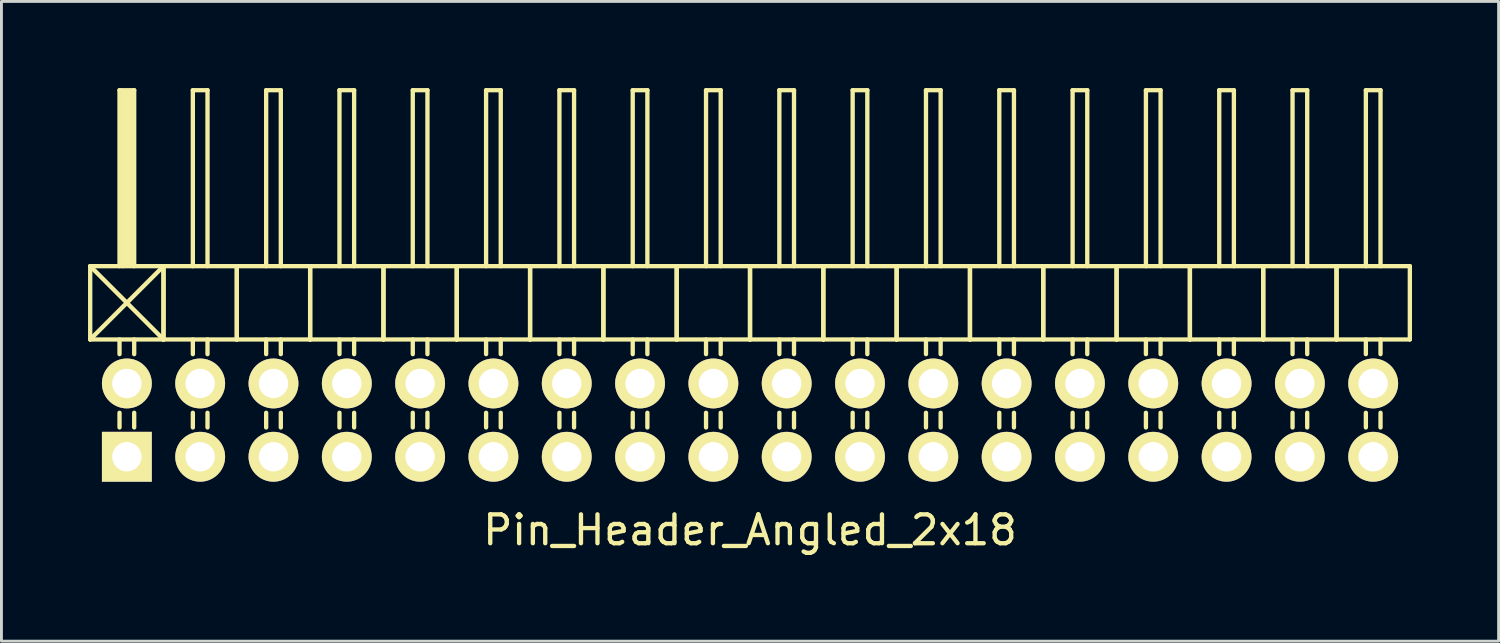
<source format=kicad_pcb>
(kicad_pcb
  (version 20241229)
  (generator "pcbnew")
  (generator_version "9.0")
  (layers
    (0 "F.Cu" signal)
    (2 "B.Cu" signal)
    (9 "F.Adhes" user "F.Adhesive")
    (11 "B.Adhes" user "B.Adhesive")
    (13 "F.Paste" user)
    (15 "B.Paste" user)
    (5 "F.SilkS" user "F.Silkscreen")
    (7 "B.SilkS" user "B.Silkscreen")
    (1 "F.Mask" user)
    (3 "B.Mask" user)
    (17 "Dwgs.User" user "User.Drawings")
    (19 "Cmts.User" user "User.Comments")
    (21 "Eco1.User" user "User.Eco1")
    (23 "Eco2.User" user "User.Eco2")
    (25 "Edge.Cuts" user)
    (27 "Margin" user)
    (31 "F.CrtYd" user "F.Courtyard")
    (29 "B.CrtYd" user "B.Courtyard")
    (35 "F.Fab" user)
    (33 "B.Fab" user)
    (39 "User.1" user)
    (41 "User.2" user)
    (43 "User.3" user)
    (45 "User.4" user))
  (footprint "Pin_Header_Angled_2x18"
    (layer "F.Cu")
    (at 22.935 11.505)
    (property "Reference" "Pin_Header_Angled_2x18" (at 0 3.81 0) (layer "F.SilkS") (effects (font (size 1 1) (thickness 0.15))))
    (attr through_hole)
    (fp_line (start -22.86 -5.334) (end -20.32 -2.794) (stroke (width 0.15) (type solid)) (layer "F.SilkS"))
    (fp_line (start -22.86 -2.794) (end -22.86 -5.334) (stroke (width 0.15) (type solid)) (layer "F.SilkS"))
    (fp_line (start -22.86 -2.794) (end -20.32 -5.334) (stroke (width 0.15) (type solid)) (layer "F.SilkS"))
    (fp_line (start -22.86 -2.794) (end -20.32 -2.794) (stroke (width 0.15) (type solid)) (layer "F.SilkS"))
    (fp_line (start -21.844 -11.43) (end -21.336 -11.43) (stroke (width 0.15) (type solid)) (layer "F.SilkS"))
    (fp_line (start -21.844 -5.334) (end -21.844 -11.43) (stroke (width 0.15) (type solid)) (layer "F.SilkS"))
    (fp_line (start -21.844 -2.794) (end -21.844 -2.286) (stroke (width 0.15) (type solid)) (layer "F.SilkS"))
    (fp_line (start -21.844 -0.254) (end -21.844 0.254) (stroke (width 0.15) (type solid)) (layer "F.SilkS"))
    (fp_line (start -21.717 -11.303) (end -21.463 -11.303) (stroke (width 0.15) (type solid)) (layer "F.SilkS"))
    (fp_line (start -21.717 -5.334) (end -21.717 -11.303) (stroke (width 0.15) (type solid)) (layer "F.SilkS"))
    (fp_line (start -21.59 -5.461) (end -21.59 -11.303) (stroke (width 0.15) (type solid)) (layer "F.SilkS"))
    (fp_line (start -21.463 -11.303) (end -21.463 -5.461) (stroke (width 0.15) (type solid)) (layer "F.SilkS"))
    (fp_line (start -21.463 -5.461) (end -21.59 -5.461) (stroke (width 0.15) (type solid)) (layer "F.SilkS"))
    (fp_line (start -21.336 -11.43) (end -21.336 -5.334) (stroke (width 0.15) (type solid)) (layer "F.SilkS"))
    (fp_line (start -21.336 -2.794) (end -21.336 -2.286) (stroke (width 0.15) (type solid)) (layer "F.SilkS"))
    (fp_line (start -21.336 -0.254) (end -21.336 0.254) (stroke (width 0.15) (type solid)) (layer "F.SilkS"))
    (fp_line (start -20.32 -5.334) (end -22.86 -5.334) (stroke (width 0.15) (type solid)) (layer "F.SilkS"))
    (fp_line (start -20.32 -2.794) (end -20.32 -5.334) (stroke (width 0.15) (type solid)) (layer "F.SilkS"))
    (fp_line (start -20.32 -2.794) (end -20.32 -5.334) (stroke (width 0.15) (type solid)) (layer "F.SilkS"))
    (fp_line (start -20.32 -2.794) (end -17.78 -2.794) (stroke (width 0.15) (type solid)) (layer "F.SilkS"))
    (fp_line (start -19.304 -11.43) (end -18.796 -11.43) (stroke (width 0.15) (type solid)) (layer "F.SilkS"))
    (fp_line (start -19.304 -5.334) (end -19.304 -11.43) (stroke (width 0.15) (type solid)) (layer "F.SilkS"))
    (fp_line (start -19.304 -2.794) (end -19.304 -2.286) (stroke (width 0.15) (type solid)) (layer "F.SilkS"))
    (fp_line (start -19.304 -0.254) (end -19.304 0.254) (stroke (width 0.15) (type solid)) (layer "F.SilkS"))
    (fp_line (start -18.796 -11.43) (end -18.796 -5.334) (stroke (width 0.15) (type solid)) (layer "F.SilkS"))
    (fp_line (start -18.796 -2.794) (end -18.796 -2.286) (stroke (width 0.15) (type solid)) (layer "F.SilkS"))
    (fp_line (start -18.796 -0.254) (end -18.796 0.254) (stroke (width 0.15) (type solid)) (layer "F.SilkS"))
    (fp_line (start -17.78 -5.334) (end -20.32 -5.334) (stroke (width 0.15) (type solid)) (layer "F.SilkS"))
    (fp_line (start -17.78 -2.794) (end -17.78 -5.334) (stroke (width 0.15) (type solid)) (layer "F.SilkS"))
    (fp_line (start -17.78 -2.794) (end -17.78 -5.334) (stroke (width 0.15) (type solid)) (layer "F.SilkS"))
    (fp_line (start -17.78 -2.794) (end -15.24 -2.794) (stroke (width 0.15) (type solid)) (layer "F.SilkS"))
    (fp_line (start -16.764 -11.43) (end -16.256 -11.43) (stroke (width 0.15) (type solid)) (layer "F.SilkS"))
    (fp_line (start -16.764 -5.334) (end -16.764 -11.43) (stroke (width 0.15) (type solid)) (layer "F.SilkS"))
    (fp_line (start -16.764 -2.794) (end -16.764 -2.286) (stroke (width 0.15) (type solid)) (layer "F.SilkS"))
    (fp_line (start -16.764 -0.254) (end -16.764 0.254) (stroke (width 0.15) (type solid)) (layer "F.SilkS"))
    (fp_line (start -16.256 -11.43) (end -16.256 -5.334) (stroke (width 0.15) (type solid)) (layer "F.SilkS"))
    (fp_line (start -16.256 -2.794) (end -16.256 -2.286) (stroke (width 0.15) (type solid)) (layer "F.SilkS"))
    (fp_line (start -16.256 -0.254) (end -16.256 0.254) (stroke (width 0.15) (type solid)) (layer "F.SilkS"))
    (fp_line (start -15.24 -5.334) (end -17.78 -5.334) (stroke (width 0.15) (type solid)) (layer "F.SilkS"))
    (fp_line (start -15.24 -2.794) (end -15.24 -5.334) (stroke (width 0.15) (type solid)) (layer "F.SilkS"))
    (fp_line (start -15.24 -2.794) (end -15.24 -5.334) (stroke (width 0.15) (type solid)) (layer "F.SilkS"))
    (fp_line (start -15.24 -2.794) (end -12.7 -2.794) (stroke (width 0.15) (type solid)) (layer "F.SilkS"))
    (fp_line (start -14.224 -11.43) (end -13.716 -11.43) (stroke (width 0.15) (type solid)) (layer "F.SilkS"))
    (fp_line (start -14.224 -5.334) (end -14.224 -11.43) (stroke (width 0.15) (type solid)) (layer "F.SilkS"))
    (fp_line (start -14.224 -2.794) (end -14.224 -2.286) (stroke (width 0.15) (type solid)) (layer "F.SilkS"))
    (fp_line (start -14.224 -0.254) (end -14.224 0.254) (stroke (width 0.15) (type solid)) (layer "F.SilkS"))
    (fp_line (start -13.716 -11.43) (end -13.716 -5.334) (stroke (width 0.15) (type solid)) (layer "F.SilkS"))
    (fp_line (start -13.716 -2.794) (end -13.716 -2.286) (stroke (width 0.15) (type solid)) (layer "F.SilkS"))
    (fp_line (start -13.716 -0.254) (end -13.716 0.254) (stroke (width 0.15) (type solid)) (layer "F.SilkS"))
    (fp_line (start -12.7 -5.334) (end -15.24 -5.334) (stroke (width 0.15) (type solid)) (layer "F.SilkS"))
    (fp_line (start -12.7 -2.794) (end -12.7 -5.334) (stroke (width 0.15) (type solid)) (layer "F.SilkS"))
    (fp_line (start -12.7 -2.794) (end -12.7 -5.334) (stroke (width 0.15) (type solid)) (layer "F.SilkS"))
    (fp_line (start -12.7 -2.794) (end -10.16 -2.794) (stroke (width 0.15) (type solid)) (layer "F.SilkS"))
    (fp_line (start -11.684 -11.43) (end -11.176 -11.43) (stroke (width 0.15) (type solid)) (layer "F.SilkS"))
    (fp_line (start -11.684 -5.334) (end -11.684 -11.43) (stroke (width 0.15) (type solid)) (layer "F.SilkS"))
    (fp_line (start -11.684 -2.794) (end -11.684 -2.286) (stroke (width 0.15) (type solid)) (layer "F.SilkS"))
    (fp_line (start -11.684 -0.254) (end -11.684 0.254) (stroke (width 0.15) (type solid)) (layer "F.SilkS"))
    (fp_line (start -11.176 -11.43) (end -11.176 -5.334) (stroke (width 0.15) (type solid)) (layer "F.SilkS"))
    (fp_line (start -11.176 -2.794) (end -11.176 -2.286) (stroke (width 0.15) (type solid)) (layer "F.SilkS"))
    (fp_line (start -11.176 -0.254) (end -11.176 0.254) (stroke (width 0.15) (type solid)) (layer "F.SilkS"))
    (fp_line (start -10.16 -5.334) (end -12.7 -5.334) (stroke (width 0.15) (type solid)) (layer "F.SilkS"))
    (fp_line (start -10.16 -2.794) (end -10.16 -5.334) (stroke (width 0.15) (type solid)) (layer "F.SilkS"))
    (fp_line (start -10.16 -2.794) (end -10.16 -5.334) (stroke (width 0.15) (type solid)) (layer "F.SilkS"))
    (fp_line (start -10.16 -2.794) (end -7.62 -2.794) (stroke (width 0.15) (type solid)) (layer "F.SilkS"))
    (fp_line (start -9.144 -11.43) (end -8.636 -11.43) (stroke (width 0.15) (type solid)) (layer "F.SilkS"))
    (fp_line (start -9.144 -5.334) (end -9.144 -11.43) (stroke (width 0.15) (type solid)) (layer "F.SilkS"))
    (fp_line (start -9.144 -2.794) (end -9.144 -2.286) (stroke (width 0.15) (type solid)) (layer "F.SilkS"))
    (fp_line (start -9.144 -0.254) (end -9.144 0.254) (stroke (width 0.15) (type solid)) (layer "F.SilkS"))
    (fp_line (start -8.636 -11.43) (end -8.636 -5.334) (stroke (width 0.15) (type solid)) (layer "F.SilkS"))
    (fp_line (start -8.636 -2.794) (end -8.636 -2.286) (stroke (width 0.15) (type solid)) (layer "F.SilkS"))
    (fp_line (start -8.636 -0.254) (end -8.636 0.254) (stroke (width 0.15) (type solid)) (layer "F.SilkS"))
    (fp_line (start -7.62 -5.334) (end -10.16 -5.334) (stroke (width 0.15) (type solid)) (layer "F.SilkS"))
    (fp_line (start -7.62 -2.794) (end -7.62 -5.334) (stroke (width 0.15) (type solid)) (layer "F.SilkS"))
    (fp_line (start -7.62 -2.794) (end -7.62 -5.334) (stroke (width 0.15) (type solid)) (layer "F.SilkS"))
    (fp_line (start -7.62 -2.794) (end -5.08 -2.794) (stroke (width 0.15) (type solid)) (layer "F.SilkS"))
    (fp_line (start -6.604 -11.43) (end -6.096 -11.43) (stroke (width 0.15) (type solid)) (layer "F.SilkS"))
    (fp_line (start -6.604 -5.334) (end -6.604 -11.43) (stroke (width 0.15) (type solid)) (layer "F.SilkS"))
    (fp_line (start -6.604 -2.794) (end -6.604 -2.286) (stroke (width 0.15) (type solid)) (layer "F.SilkS"))
    (fp_line (start -6.604 -0.254) (end -6.604 0.254) (stroke (width 0.15) (type solid)) (layer "F.SilkS"))
    (fp_line (start -6.096 -11.43) (end -6.096 -5.334) (stroke (width 0.15) (type solid)) (layer "F.SilkS"))
    (fp_line (start -6.096 -2.794) (end -6.096 -2.286) (stroke (width 0.15) (type solid)) (layer "F.SilkS"))
    (fp_line (start -6.096 -0.254) (end -6.096 0.254) (stroke (width 0.15) (type solid)) (layer "F.SilkS"))
    (fp_line (start -5.08 -5.334) (end -7.62 -5.334) (stroke (width 0.15) (type solid)) (layer "F.SilkS"))
    (fp_line (start -5.08 -2.794) (end -5.08 -5.334) (stroke (width 0.15) (type solid)) (layer "F.SilkS"))
    (fp_line (start -5.08 -2.794) (end -5.08 -5.334) (stroke (width 0.15) (type solid)) (layer "F.SilkS"))
    (fp_line (start -5.08 -2.794) (end -2.54 -2.794) (stroke (width 0.15) (type solid)) (layer "F.SilkS"))
    (fp_line (start -4.064 -11.43) (end -3.556 -11.43) (stroke (width 0.15) (type solid)) (layer "F.SilkS"))
    (fp_line (start -4.064 -5.334) (end -4.064 -11.43) (stroke (width 0.15) (type solid)) (layer "F.SilkS"))
    (fp_line (start -4.064 -2.794) (end -4.064 -2.286) (stroke (width 0.15) (type solid)) (layer "F.SilkS"))
    (fp_line (start -4.064 -0.254) (end -4.064 0.254) (stroke (width 0.15) (type solid)) (layer "F.SilkS"))
    (fp_line (start -3.556 -11.43) (end -3.556 -5.334) (stroke (width 0.15) (type solid)) (layer "F.SilkS"))
    (fp_line (start -3.556 -2.794) (end -3.556 -2.286) (stroke (width 0.15) (type solid)) (layer "F.SilkS"))
    (fp_line (start -3.556 -0.254) (end -3.556 0.254) (stroke (width 0.15) (type solid)) (layer "F.SilkS"))
    (fp_line (start -2.54 -5.334) (end -5.08 -5.334) (stroke (width 0.15) (type solid)) (layer "F.SilkS"))
    (fp_line (start -2.54 -2.794) (end -2.54 -5.334) (stroke (width 0.15) (type solid)) (layer "F.SilkS"))
    (fp_line (start -2.54 -2.794) (end -2.54 -5.334) (stroke (width 0.15) (type solid)) (layer "F.SilkS"))
    (fp_line (start -2.54 -2.794) (end 0 -2.794) (stroke (width 0.15) (type solid)) (layer "F.SilkS"))
    (fp_line (start -1.524 -11.43) (end -1.016 -11.43) (stroke (width 0.15) (type solid)) (layer "F.SilkS"))
    (fp_line (start -1.524 -5.334) (end -1.524 -11.43) (stroke (width 0.15) (type solid)) (layer "F.SilkS"))
    (fp_line (start -1.524 -2.794) (end -1.524 -2.286) (stroke (width 0.15) (type solid)) (layer "F.SilkS"))
    (fp_line (start -1.524 -0.254) (end -1.524 0.254) (stroke (width 0.15) (type solid)) (layer "F.SilkS"))
    (fp_line (start -1.016 -11.43) (end -1.016 -5.334) (stroke (width 0.15) (type solid)) (layer "F.SilkS"))
    (fp_line (start -1.016 -2.794) (end -1.016 -2.286) (stroke (width 0.15) (type solid)) (layer "F.SilkS"))
    (fp_line (start -1.016 -0.254) (end -1.016 0.254) (stroke (width 0.15) (type solid)) (layer "F.SilkS"))
    (fp_line (start 0 -5.334) (end -2.54 -5.334) (stroke (width 0.15) (type solid)) (layer "F.SilkS"))
    (fp_line (start 0 -2.794) (end 0 -5.334) (stroke (width 0.15) (type solid)) (layer "F.SilkS"))
    (fp_line (start 0 -2.794) (end 0 -5.334) (stroke (width 0.15) (type solid)) (layer "F.SilkS"))
    (fp_line (start 0 -2.794) (end 2.54 -2.794) (stroke (width 0.15) (type solid)) (layer "F.SilkS"))
    (fp_line (start 1.016 -11.43) (end 1.524 -11.43) (stroke (width 0.15) (type solid)) (layer "F.SilkS"))
    (fp_line (start 1.016 -5.334) (end 1.016 -11.43) (stroke (width 0.15) (type solid)) (layer "F.SilkS"))
    (fp_line (start 1.016 -2.794) (end 1.016 -2.286) (stroke (width 0.15) (type solid)) (layer "F.SilkS"))
    (fp_line (start 1.016 -0.254) (end 1.016 0.254) (stroke (width 0.15) (type solid)) (layer "F.SilkS"))
    (fp_line (start 1.524 -11.43) (end 1.524 -5.334) (stroke (width 0.15) (type solid)) (layer "F.SilkS"))
    (fp_line (start 1.524 -2.794) (end 1.524 -2.286) (stroke (width 0.15) (type solid)) (layer "F.SilkS"))
    (fp_line (start 1.524 -0.254) (end 1.524 0.254) (stroke (width 0.15) (type solid)) (layer "F.SilkS"))
    (fp_line (start 2.54 -5.334) (end 0 -5.334) (stroke (width 0.15) (type solid)) (layer "F.SilkS"))
    (fp_line (start 2.54 -2.794) (end 2.54 -5.334) (stroke (width 0.15) (type solid)) (layer "F.SilkS"))
    (fp_line (start 2.54 -2.794) (end 2.54 -5.334) (stroke (width 0.15) (type solid)) (layer "F.SilkS"))
    (fp_line (start 2.54 -2.794) (end 5.08 -2.794) (stroke (width 0.15) (type solid)) (layer "F.SilkS"))
    (fp_line (start 3.556 -11.43) (end 4.064 -11.43) (stroke (width 0.15) (type solid)) (layer "F.SilkS"))
    (fp_line (start 3.556 -5.334) (end 3.556 -11.43) (stroke (width 0.15) (type solid)) (layer "F.SilkS"))
    (fp_line (start 3.556 -2.794) (end 3.556 -2.286) (stroke (width 0.15) (type solid)) (layer "F.SilkS"))
    (fp_line (start 3.556 -0.254) (end 3.556 0.254) (stroke (width 0.15) (type solid)) (layer "F.SilkS"))
    (fp_line (start 4.064 -11.43) (end 4.064 -5.334) (stroke (width 0.15) (type solid)) (layer "F.SilkS"))
    (fp_line (start 4.064 -2.794) (end 4.064 -2.286) (stroke (width 0.15) (type solid)) (layer "F.SilkS"))
    (fp_line (start 4.064 -0.254) (end 4.064 0.254) (stroke (width 0.15) (type solid)) (layer "F.SilkS"))
    (fp_line (start 5.08 -5.334) (end 2.54 -5.334) (stroke (width 0.15) (type solid)) (layer "F.SilkS"))
    (fp_line (start 5.08 -2.794) (end 5.08 -5.334) (stroke (width 0.15) (type solid)) (layer "F.SilkS"))
    (fp_line (start 5.08 -2.794) (end 5.08 -5.334) (stroke (width 0.15) (type solid)) (layer "F.SilkS"))
    (fp_line (start 5.08 -2.794) (end 7.62 -2.794) (stroke (width 0.15) (type solid)) (layer "F.SilkS"))
    (fp_line (start 6.096 -11.43) (end 6.604 -11.43) (stroke (width 0.15) (type solid)) (layer "F.SilkS"))
    (fp_line (start 6.096 -5.334) (end 6.096 -11.43) (stroke (width 0.15) (type solid)) (layer "F.SilkS"))
    (fp_line (start 6.096 -2.794) (end 6.096 -2.286) (stroke (width 0.15) (type solid)) (layer "F.SilkS"))
    (fp_line (start 6.096 -0.254) (end 6.096 0.254) (stroke (width 0.15) (type solid)) (layer "F.SilkS"))
    (fp_line (start 6.604 -11.43) (end 6.604 -5.334) (stroke (width 0.15) (type solid)) (layer "F.SilkS"))
    (fp_line (start 6.604 -2.794) (end 6.604 -2.286) (stroke (width 0.15) (type solid)) (layer "F.SilkS"))
    (fp_line (start 6.604 -0.254) (end 6.604 0.254) (stroke (width 0.15) (type solid)) (layer "F.SilkS"))
    (fp_line (start 7.62 -5.334) (end 5.08 -5.334) (stroke (width 0.15) (type solid)) (layer "F.SilkS"))
    (fp_line (start 7.62 -2.794) (end 7.62 -5.334) (stroke (width 0.15) (type solid)) (layer "F.SilkS"))
    (fp_line (start 7.62 -2.794) (end 7.62 -5.334) (stroke (width 0.15) (type solid)) (layer "F.SilkS"))
    (fp_line (start 7.62 -2.794) (end 10.16 -2.794) (stroke (width 0.15) (type solid)) (layer "F.SilkS"))
    (fp_line (start 8.636 -11.43) (end 9.144 -11.43) (stroke (width 0.15) (type solid)) (layer "F.SilkS"))
    (fp_line (start 8.636 -5.334) (end 8.636 -11.43) (stroke (width 0.15) (type solid)) (layer "F.SilkS"))
    (fp_line (start 8.636 -2.794) (end 8.636 -2.286) (stroke (width 0.15) (type solid)) (layer "F.SilkS"))
    (fp_line (start 8.636 -0.254) (end 8.636 0.254) (stroke (width 0.15) (type solid)) (layer "F.SilkS"))
    (fp_line (start 9.144 -11.43) (end 9.144 -5.334) (stroke (width 0.15) (type solid)) (layer "F.SilkS"))
    (fp_line (start 9.144 -2.794) (end 9.144 -2.286) (stroke (width 0.15) (type solid)) (layer "F.SilkS"))
    (fp_line (start 9.144 -0.254) (end 9.144 0.254) (stroke (width 0.15) (type solid)) (layer "F.SilkS"))
    (fp_line (start 10.16 -5.334) (end 7.62 -5.334) (stroke (width 0.15) (type solid)) (layer "F.SilkS"))
    (fp_line (start 10.16 -2.794) (end 10.16 -5.334) (stroke (width 0.15) (type solid)) (layer "F.SilkS"))
    (fp_line (start 10.16 -2.794) (end 10.16 -5.334) (stroke (width 0.15) (type solid)) (layer "F.SilkS"))
    (fp_line (start 10.16 -2.794) (end 12.7 -2.794) (stroke (width 0.15) (type solid)) (layer "F.SilkS"))
    (fp_line (start 11.176 -11.43) (end 11.684 -11.43) (stroke (width 0.15) (type solid)) (layer "F.SilkS"))
    (fp_line (start 11.176 -5.334) (end 11.176 -11.43) (stroke (width 0.15) (type solid)) (layer "F.SilkS"))
    (fp_line (start 11.176 -2.794) (end 11.176 -2.286) (stroke (width 0.15) (type solid)) (layer "F.SilkS"))
    (fp_line (start 11.176 -0.254) (end 11.176 0.254) (stroke (width 0.15) (type solid)) (layer "F.SilkS"))
    (fp_line (start 11.684 -11.43) (end 11.684 -5.334) (stroke (width 0.15) (type solid)) (layer "F.SilkS"))
    (fp_line (start 11.684 -2.794) (end 11.684 -2.286) (stroke (width 0.15) (type solid)) (layer "F.SilkS"))
    (fp_line (start 11.684 -0.254) (end 11.684 0.254) (stroke (width 0.15) (type solid)) (layer "F.SilkS"))
    (fp_line (start 12.7 -5.334) (end 10.16 -5.334) (stroke (width 0.15) (type solid)) (layer "F.SilkS"))
    (fp_line (start 12.7 -2.794) (end 12.7 -5.334) (stroke (width 0.15) (type solid)) (layer "F.SilkS"))
    (fp_line (start 12.7 -2.794) (end 12.7 -5.334) (stroke (width 0.15) (type solid)) (layer "F.SilkS"))
    (fp_line (start 12.7 -2.794) (end 15.24 -2.794) (stroke (width 0.15) (type solid)) (layer "F.SilkS"))
    (fp_line (start 13.716 -11.43) (end 14.224 -11.43) (stroke (width 0.15) (type solid)) (layer "F.SilkS"))
    (fp_line (start 13.716 -5.334) (end 13.716 -11.43) (stroke (width 0.15) (type solid)) (layer "F.SilkS"))
    (fp_line (start 13.716 -2.794) (end 13.716 -2.286) (stroke (width 0.15) (type solid)) (layer "F.SilkS"))
    (fp_line (start 13.716 -0.254) (end 13.716 0.254) (stroke (width 0.15) (type solid)) (layer "F.SilkS"))
    (fp_line (start 14.224 -11.43) (end 14.224 -5.334) (stroke (width 0.15) (type solid)) (layer "F.SilkS"))
    (fp_line (start 14.224 -2.794) (end 14.224 -2.286) (stroke (width 0.15) (type solid)) (layer "F.SilkS"))
    (fp_line (start 14.224 -0.254) (end 14.224 0.254) (stroke (width 0.15) (type solid)) (layer "F.SilkS"))
    (fp_line (start 15.24 -5.334) (end 12.7 -5.334) (stroke (width 0.15) (type solid)) (layer "F.SilkS"))
    (fp_line (start 15.24 -2.794) (end 15.24 -5.334) (stroke (width 0.15) (type solid)) (layer "F.SilkS"))
    (fp_line (start 15.24 -2.794) (end 15.24 -5.334) (stroke (width 0.15) (type solid)) (layer "F.SilkS"))
    (fp_line (start 15.24 -2.794) (end 17.78 -2.794) (stroke (width 0.15) (type solid)) (layer "F.SilkS"))
    (fp_line (start 16.256 -11.43) (end 16.764 -11.43) (stroke (width 0.15) (type solid)) (layer "F.SilkS"))
    (fp_line (start 16.256 -5.334) (end 16.256 -11.43) (stroke (width 0.15) (type solid)) (layer "F.SilkS"))
    (fp_line (start 16.256 -2.794) (end 16.256 -2.286) (stroke (width 0.15) (type solid)) (layer "F.SilkS"))
    (fp_line (start 16.256 -0.254) (end 16.256 0.254) (stroke (width 0.15) (type solid)) (layer "F.SilkS"))
    (fp_line (start 16.764 -11.43) (end 16.764 -5.334) (stroke (width 0.15) (type solid)) (layer "F.SilkS"))
    (fp_line (start 16.764 -2.794) (end 16.764 -2.286) (stroke (width 0.15) (type solid)) (layer "F.SilkS"))
    (fp_line (start 16.764 -0.254) (end 16.764 0.254) (stroke (width 0.15) (type solid)) (layer "F.SilkS"))
    (fp_line (start 17.78 -5.334) (end 15.24 -5.334) (stroke (width 0.15) (type solid)) (layer "F.SilkS"))
    (fp_line (start 17.78 -2.794) (end 17.78 -5.334) (stroke (width 0.15) (type solid)) (layer "F.SilkS"))
    (fp_line (start 17.78 -2.794) (end 17.78 -5.334) (stroke (width 0.15) (type solid)) (layer "F.SilkS"))
    (fp_line (start 17.78 -2.794) (end 20.32 -2.794) (stroke (width 0.15) (type solid)) (layer "F.SilkS"))
    (fp_line (start 18.796 -11.43) (end 19.304 -11.43) (stroke (width 0.15) (type solid)) (layer "F.SilkS"))
    (fp_line (start 18.796 -5.334) (end 18.796 -11.43) (stroke (width 0.15) (type solid)) (layer "F.SilkS"))
    (fp_line (start 18.796 -2.794) (end 18.796 -2.286) (stroke (width 0.15) (type solid)) (layer "F.SilkS"))
    (fp_line (start 18.796 -0.254) (end 18.796 0.254) (stroke (width 0.15) (type solid)) (layer "F.SilkS"))
    (fp_line (start 19.304 -11.43) (end 19.304 -5.334) (stroke (width 0.15) (type solid)) (layer "F.SilkS"))
    (fp_line (start 19.304 -2.794) (end 19.304 -2.286) (stroke (width 0.15) (type solid)) (layer "F.SilkS"))
    (fp_line (start 19.304 -0.254) (end 19.304 0.254) (stroke (width 0.15) (type solid)) (layer "F.SilkS"))
    (fp_line (start 20.32 -5.334) (end 17.78 -5.334) (stroke (width 0.15) (type solid)) (layer "F.SilkS"))
    (fp_line (start 20.32 -2.794) (end 20.32 -5.334) (stroke (width 0.15) (type solid)) (layer "F.SilkS"))
    (fp_line (start 20.32 -2.794) (end 20.32 -5.334) (stroke (width 0.15) (type solid)) (layer "F.SilkS"))
    (fp_line (start 20.32 -2.794) (end 22.86 -2.794) (stroke (width 0.15) (type solid)) (layer "F.SilkS"))
    (fp_line (start 21.336 -11.43) (end 21.844 -11.43) (stroke (width 0.15) (type solid)) (layer "F.SilkS"))
    (fp_line (start 21.336 -5.334) (end 21.336 -11.43) (stroke (width 0.15) (type solid)) (layer "F.SilkS"))
    (fp_line (start 21.336 -2.794) (end 21.336 -2.286) (stroke (width 0.15) (type solid)) (layer "F.SilkS"))
    (fp_line (start 21.336 -0.254) (end 21.336 0.254) (stroke (width 0.15) (type solid)) (layer "F.SilkS"))
    (fp_line (start 21.844 -11.43) (end 21.844 -5.334) (stroke (width 0.15) (type solid)) (layer "F.SilkS"))
    (fp_line (start 21.844 -2.794) (end 21.844 -2.286) (stroke (width 0.15) (type solid)) (layer "F.SilkS"))
    (fp_line (start 21.844 -0.254) (end 21.844 0.254) (stroke (width 0.15) (type solid)) (layer "F.SilkS"))
    (fp_line (start 22.86 -5.334) (end 20.32 -5.334) (stroke (width 0.15) (type solid)) (layer "F.SilkS"))
    (fp_line (start 22.86 -2.794) (end 22.86 -5.334) (stroke (width 0.15) (type solid)) (layer "F.SilkS"))
    (pad "1" thru_hole rect (at -21.59 1.27) (size 1.727 1.727) (drill 1.016) (layers "*.Cu" "*.Mask" "F.SilkS"))
    (pad "2" thru_hole oval (at -21.59 -1.27) (size 1.727 1.727) (drill 1.016) (layers "*.Cu" "*.Mask" "F.SilkS"))
    (pad "3" thru_hole oval (at -19.05 1.27) (size 1.727 1.727) (drill 1.016) (layers "*.Cu" "*.Mask" "F.SilkS"))
    (pad "4" thru_hole oval (at -19.05 -1.27) (size 1.727 1.727) (drill 1.016) (layers "*.Cu" "*.Mask" "F.SilkS"))
    (pad "5" thru_hole oval (at -16.51 1.27) (size 1.727 1.727) (drill 1.016) (layers "*.Cu" "*.Mask" "F.SilkS"))
    (pad "6" thru_hole oval (at -16.51 -1.27) (size 1.727 1.727) (drill 1.016) (layers "*.Cu" "*.Mask" "F.SilkS"))
    (pad "7" thru_hole oval (at -13.97 1.27) (size 1.727 1.727) (drill 1.016) (layers "*.Cu" "*.Mask" "F.SilkS"))
    (pad "8" thru_hole oval (at -13.97 -1.27) (size 1.727 1.727) (drill 1.016) (layers "*.Cu" "*.Mask" "F.SilkS"))
    (pad "9" thru_hole oval (at -11.43 1.27) (size 1.727 1.727) (drill 1.016) (layers "*.Cu" "*.Mask" "F.SilkS"))
    (pad "10" thru_hole oval (at -11.43 -1.27) (size 1.727 1.727) (drill 1.016) (layers "*.Cu" "*.Mask" "F.SilkS"))
    (pad "11" thru_hole oval (at -8.89 1.27) (size 1.727 1.727) (drill 1.016) (layers "*.Cu" "*.Mask" "F.SilkS"))
    (pad "12" thru_hole oval (at -8.89 -1.27) (size 1.727 1.727) (drill 1.016) (layers "*.Cu" "*.Mask" "F.SilkS"))
    (pad "13" thru_hole oval (at -6.35 1.27) (size 1.727 1.727) (drill 1.016) (layers "*.Cu" "*.Mask" "F.SilkS"))
    (pad "14" thru_hole oval (at -6.35 -1.27) (size 1.727 1.727) (drill 1.016) (layers "*.Cu" "*.Mask" "F.SilkS"))
    (pad "15" thru_hole oval (at -3.81 1.27) (size 1.727 1.727) (drill 1.016) (layers "*.Cu" "*.Mask" "F.SilkS"))
    (pad "16" thru_hole oval (at -3.81 -1.27) (size 1.727 1.727) (drill 1.016) (layers "*.Cu" "*.Mask" "F.SilkS"))
    (pad "17" thru_hole oval (at -1.27 1.27) (size 1.727 1.727) (drill 1.016) (layers "*.Cu" "*.Mask" "F.SilkS"))
    (pad "18" thru_hole oval (at -1.27 -1.27) (size 1.727 1.727) (drill 1.016) (layers "*.Cu" "*.Mask" "F.SilkS"))
    (pad "19" thru_hole oval (at 1.27 1.27) (size 1.727 1.727) (drill 1.016) (layers "*.Cu" "*.Mask" "F.SilkS"))
    (pad "20" thru_hole oval (at 1.27 -1.27) (size 1.727 1.727) (drill 1.016) (layers "*.Cu" "*.Mask" "F.SilkS"))
    (pad "21" thru_hole oval (at 3.81 1.27) (size 1.727 1.727) (drill 1.016) (layers "*.Cu" "*.Mask" "F.SilkS"))
    (pad "22" thru_hole oval (at 3.81 -1.27) (size 1.727 1.727) (drill 1.016) (layers "*.Cu" "*.Mask" "F.SilkS"))
    (pad "23" thru_hole oval (at 6.35 1.27) (size 1.727 1.727) (drill 1.016) (layers "*.Cu" "*.Mask" "F.SilkS"))
    (pad "24" thru_hole oval (at 6.35 -1.27) (size 1.727 1.727) (drill 1.016) (layers "*.Cu" "*.Mask" "F.SilkS"))
    (pad "25" thru_hole oval (at 8.89 1.27) (size 1.727 1.727) (drill 1.016) (layers "*.Cu" "*.Mask" "F.SilkS"))
    (pad "26" thru_hole oval (at 8.89 -1.27) (size 1.727 1.727) (drill 1.016) (layers "*.Cu" "*.Mask" "F.SilkS"))
    (pad "27" thru_hole oval (at 11.43 1.27) (size 1.727 1.727) (drill 1.016) (layers "*.Cu" "*.Mask" "F.SilkS"))
    (pad "28" thru_hole oval (at 11.43 -1.27) (size 1.727 1.727) (drill 1.016) (layers "*.Cu" "*.Mask" "F.SilkS"))
    (pad "29" thru_hole oval (at 13.97 1.27) (size 1.727 1.727) (drill 1.016) (layers "*.Cu" "*.Mask" "F.SilkS"))
    (pad "30" thru_hole oval (at 13.97 -1.27) (size 1.727 1.727) (drill 1.016) (layers "*.Cu" "*.Mask" "F.SilkS"))
    (pad "31" thru_hole oval (at 16.51 1.27) (size 1.727 1.727) (drill 1.016) (layers "*.Cu" "*.Mask" "F.SilkS"))
    (pad "32" thru_hole oval (at 16.51 -1.27) (size 1.727 1.727) (drill 1.016) (layers "*.Cu" "*.Mask" "F.SilkS"))
    (pad "33" thru_hole oval (at 19.05 1.27) (size 1.727 1.727) (drill 1.016) (layers "*.Cu" "*.Mask" "F.SilkS"))
    (pad "34" thru_hole oval (at 19.05 -1.27) (size 1.727 1.727) (drill 1.016) (layers "*.Cu" "*.Mask" "F.SilkS"))
    (pad "35" thru_hole oval (at 21.59 1.27) (size 1.727 1.727) (drill 1.016) (layers "*.Cu" "*.Mask" "F.SilkS"))
    (pad "36" thru_hole oval (at 21.59 -1.27) (size 1.727 1.727) (drill 1.016) (layers "*.Cu" "*.Mask" "F.SilkS")))
  (gr_rect
    (start -3 -3)
    (end 48.87 19.163)
    (stroke (width 0.1) (type default))
    (fill no)
    (layer "Edge.Cuts")))
</source>
